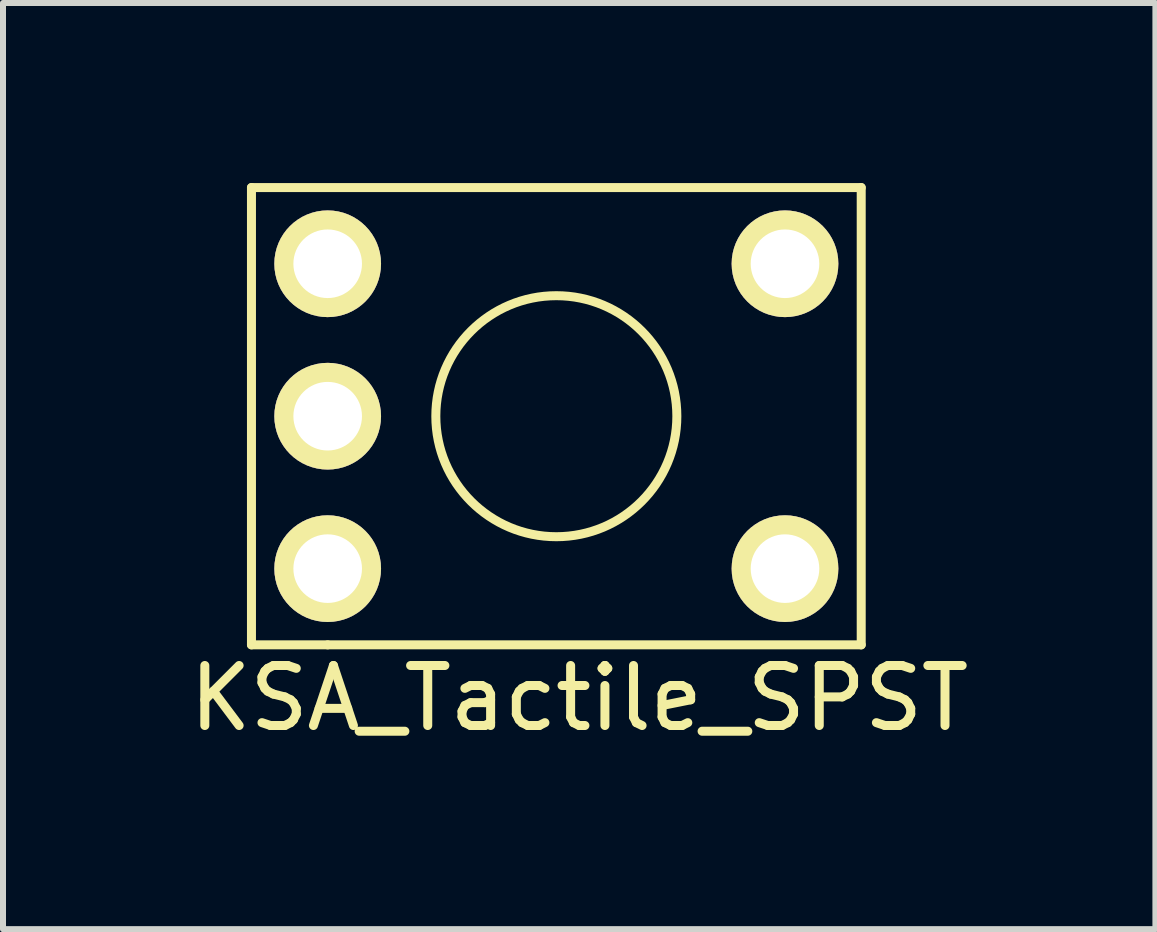
<source format=kicad_pcb>
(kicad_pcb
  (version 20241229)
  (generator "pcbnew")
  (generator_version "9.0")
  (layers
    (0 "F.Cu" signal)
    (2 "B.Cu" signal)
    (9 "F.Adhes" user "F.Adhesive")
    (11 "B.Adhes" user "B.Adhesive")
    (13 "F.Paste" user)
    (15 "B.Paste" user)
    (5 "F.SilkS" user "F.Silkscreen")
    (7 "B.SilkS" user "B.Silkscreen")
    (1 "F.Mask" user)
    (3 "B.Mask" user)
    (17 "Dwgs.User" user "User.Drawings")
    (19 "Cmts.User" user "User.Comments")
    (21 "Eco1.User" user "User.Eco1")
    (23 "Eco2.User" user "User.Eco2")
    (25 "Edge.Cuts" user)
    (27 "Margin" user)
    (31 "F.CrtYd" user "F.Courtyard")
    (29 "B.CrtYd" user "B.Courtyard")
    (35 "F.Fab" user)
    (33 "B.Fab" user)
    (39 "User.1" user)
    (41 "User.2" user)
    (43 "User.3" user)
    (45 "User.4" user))
  (footprint "KSA_Tactile_SPST"
    (layer "F.Cu")
    (at 6.22 3.885)
    (property "Reference" "KSA_Tactile_SPST" (at 0.381 4.699 0) (layer "F.SilkS") (effects (font (size 1 1) (thickness 0.15))))
    (attr through_hole)
    (fp_line (start -5.08 -3.81) (end -5.08 3.81) (stroke (width 0.15) (type solid)) (layer "F.SilkS"))
    (fp_line (start -5.08 3.81) (end -3.81 3.81) (stroke (width 0.15) (type solid)) (layer "F.SilkS"))
    (fp_line (start -3.81 3.81) (end 5.08 3.81) (stroke (width 0.15) (type solid)) (layer "F.SilkS"))
    (fp_line (start 5.08 -3.81) (end -5.08 -3.81) (stroke (width 0.15) (type solid)) (layer "F.SilkS"))
    (fp_line (start 5.08 3.81) (end 5.08 -3.81) (stroke (width 0.15) (type solid)) (layer "F.SilkS"))
    (fp_circle (center 0 0) (end 1.905 0.635) (stroke (width 0.15) (type solid)) (fill no) (layer "F.SilkS"))
    (pad "1" thru_hole circle (at -3.81 -2.54) (size 1.778 1.778) (drill 1.143) (layers "*.Cu" "*.Mask" "F.SilkS"))
    (pad "1" thru_hole circle (at 3.81 -2.54) (size 1.778 1.778) (drill 1.143) (layers "*.Cu" "*.Mask" "F.SilkS"))
    (pad "2" thru_hole circle (at -3.81 2.54) (size 1.778 1.778) (drill 1.143) (layers "*.Cu" "*.Mask" "F.SilkS"))
    (pad "2" thru_hole circle (at 3.81 2.54) (size 1.778 1.778) (drill 1.143) (layers "*.Cu" "*.Mask" "F.SilkS"))
    (pad "5" thru_hole circle (at -3.81 0) (size 1.778 1.778) (drill 1.143) (layers "*.Cu" "*.Mask" "F.SilkS")))
  (gr_rect
    (start -3 -3)
    (end 16.202 12.432)
    (stroke (width 0.1) (type default))
    (fill no)
    (layer "Edge.Cuts")))
</source>
